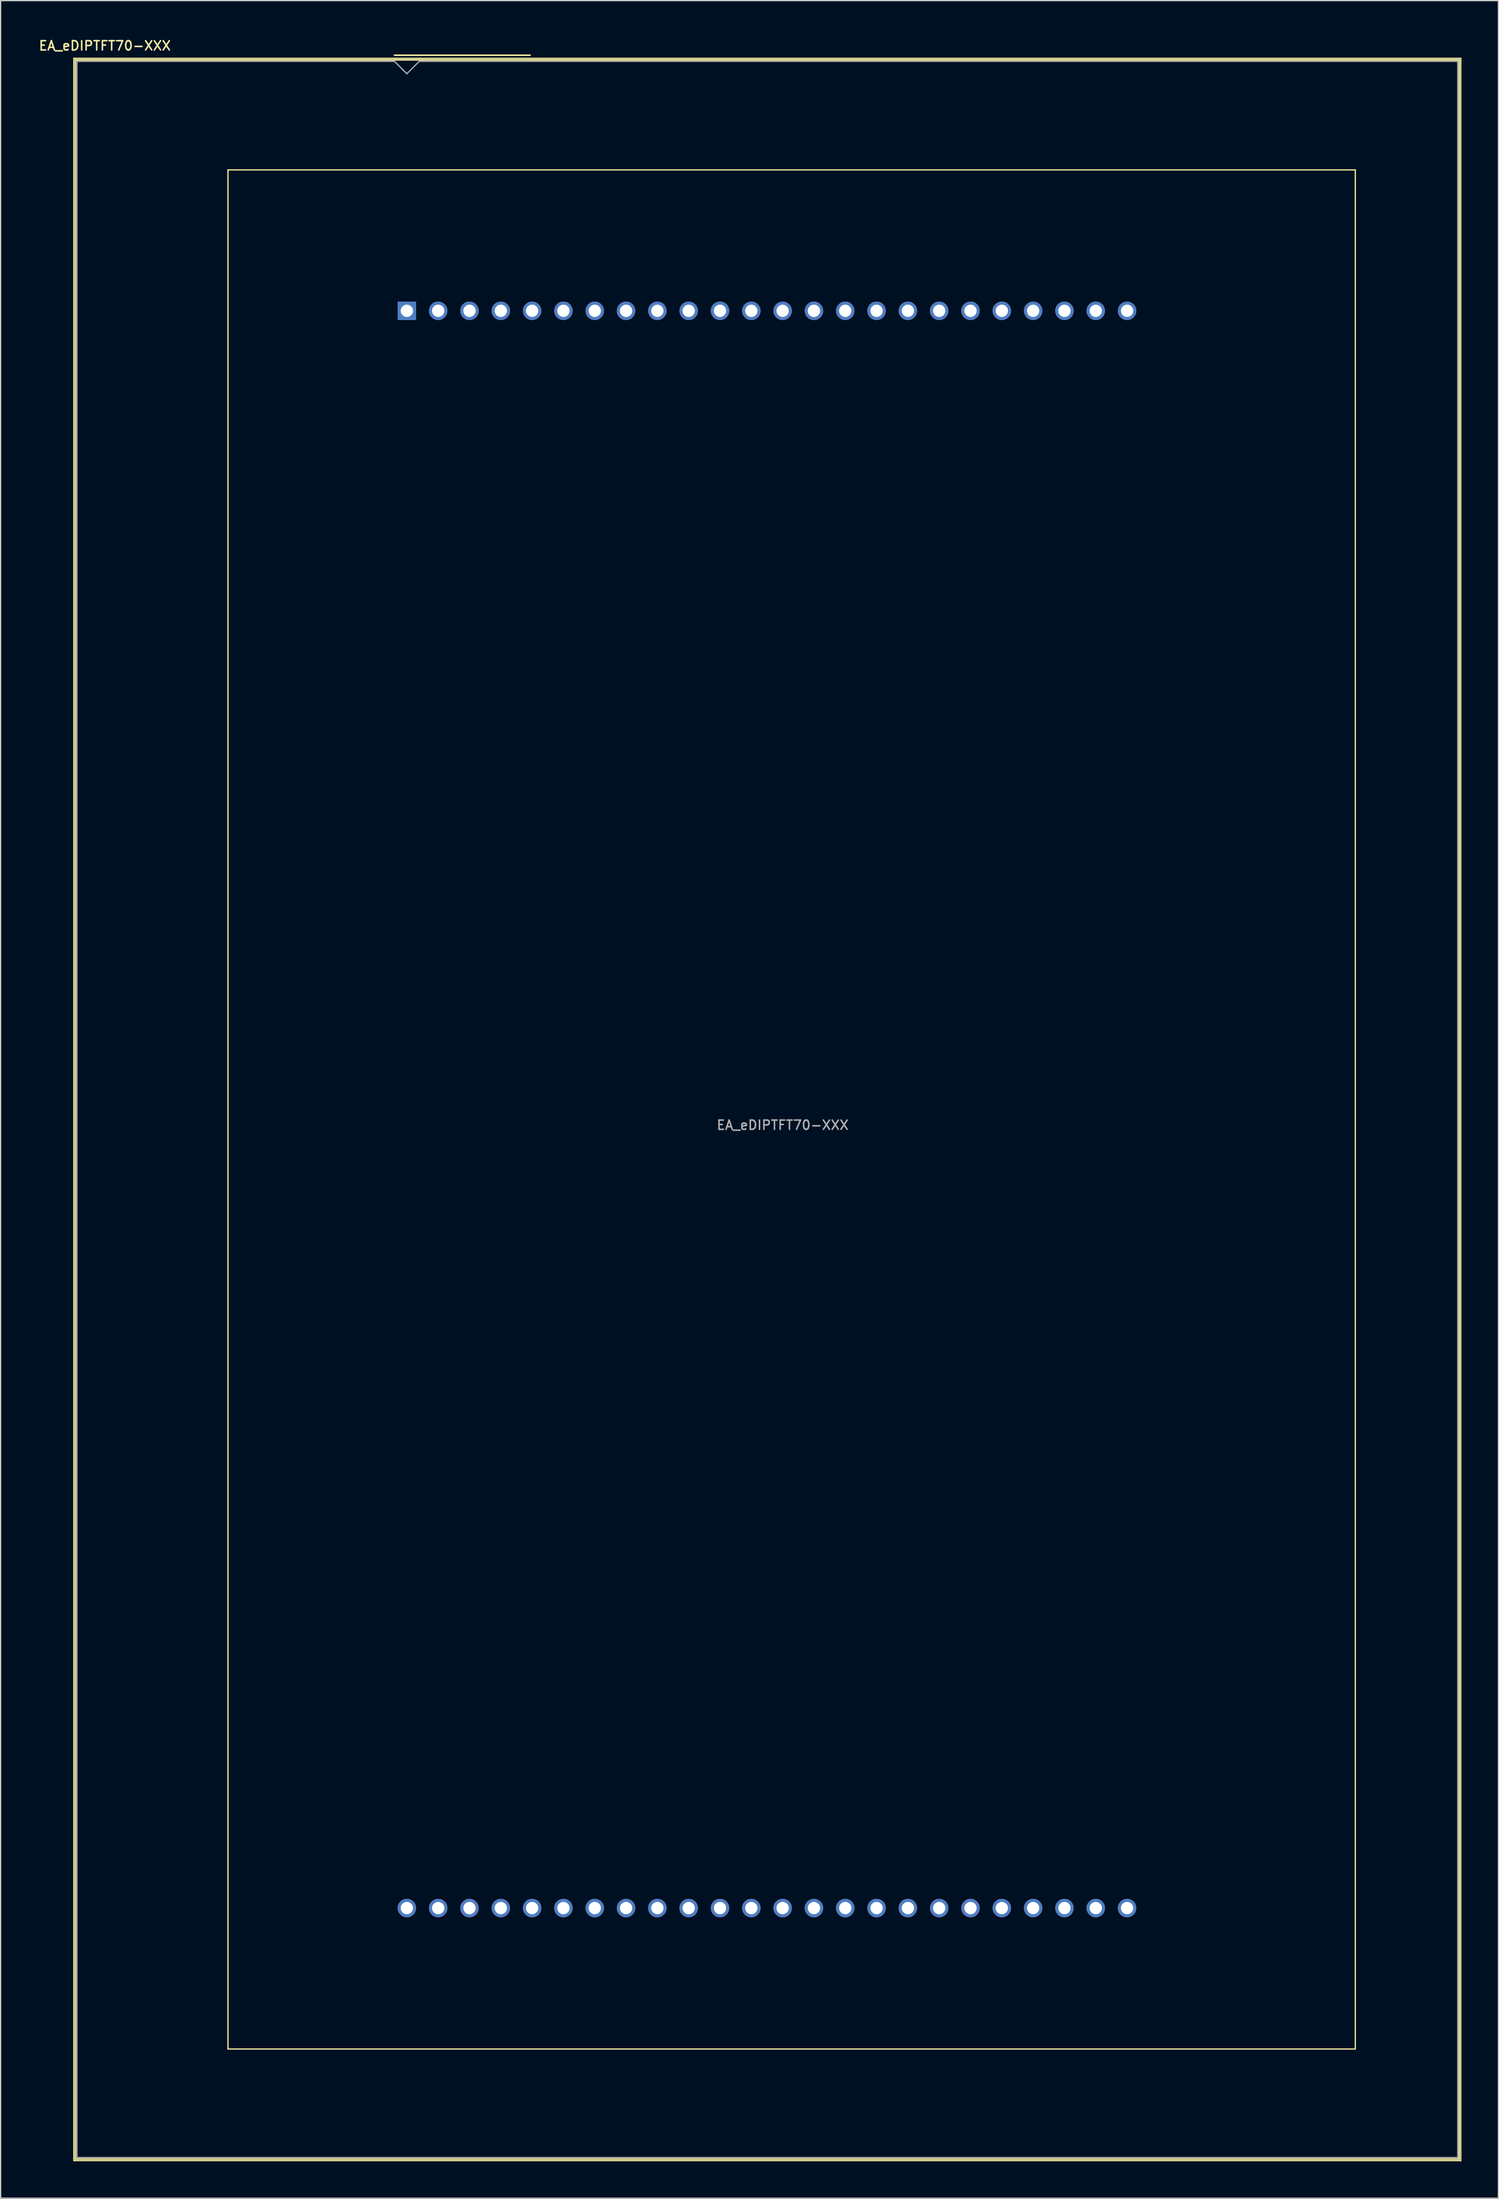
<source format=kicad_pcb>
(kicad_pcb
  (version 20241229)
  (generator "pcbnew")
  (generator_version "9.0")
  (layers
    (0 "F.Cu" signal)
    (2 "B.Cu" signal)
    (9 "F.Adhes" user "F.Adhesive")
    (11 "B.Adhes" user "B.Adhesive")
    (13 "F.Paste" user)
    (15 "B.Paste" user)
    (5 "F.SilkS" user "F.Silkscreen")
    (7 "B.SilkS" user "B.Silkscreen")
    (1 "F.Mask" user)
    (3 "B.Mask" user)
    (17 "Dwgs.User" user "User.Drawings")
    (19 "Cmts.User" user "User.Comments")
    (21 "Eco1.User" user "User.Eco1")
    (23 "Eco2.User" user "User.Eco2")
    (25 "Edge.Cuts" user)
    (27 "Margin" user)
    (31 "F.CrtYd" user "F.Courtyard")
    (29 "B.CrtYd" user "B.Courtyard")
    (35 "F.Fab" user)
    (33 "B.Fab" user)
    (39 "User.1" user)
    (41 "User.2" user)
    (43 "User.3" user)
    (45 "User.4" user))
  (footprint "EA_eDIPTFT70-XXX"
    (layer "F.Cu")
    (at 29.952 22.158)
    (property "Reference" "EA_eDIPTFT70-XXX" (at -24.5 -21.5 0) (layer "F.SilkS") (effects (font (size 0.75 0.75) (thickness 0.125))))
    (attr through_hole)
    (fp_line (start -27.01 -20.48) (end 85.49 -20.48) (stroke (width 0.1) (type solid)) (layer "F.SilkS"))
    (fp_line (start -27.01 150.02) (end -27.01 -20.48) (stroke (width 0.1) (type solid)) (layer "F.SilkS"))
    (fp_line (start -26.88 -20.35) (end 85.36 -20.35) (stroke (width 0.12) (type solid)) (layer "F.SilkS"))
    (fp_line (start -26.88 149.89) (end -26.88 -20.35) (stroke (width 0.12) (type solid)) (layer "F.SilkS"))
    (fp_line (start -14.51 -11.43) (end -14.51 140.97) (stroke (width 0.1) (type solid)) (layer "F.SilkS"))
    (fp_line (start -14.51 140.97) (end 76.93 140.97) (stroke (width 0.1) (type solid)) (layer "F.SilkS"))
    (fp_line (start -1 -20.73) (end 10 -20.73) (stroke (width 0.12) (type solid)) (layer "F.SilkS"))
    (fp_line (start 76.93 -11.43) (end -14.51 -11.43) (stroke (width 0.1) (type solid)) (layer "F.SilkS"))
    (fp_line (start 76.93 140.97) (end 76.93 -11.43) (stroke (width 0.1) (type solid)) (layer "F.SilkS"))
    (fp_line (start 85.36 -20.35) (end 85.36 149.89) (stroke (width 0.12) (type solid)) (layer "F.SilkS"))
    (fp_line (start 85.36 149.89) (end -26.88 149.89) (stroke (width 0.12) (type solid)) (layer "F.SilkS"))
    (fp_line (start 85.49 -20.48) (end 85.49 150.02) (stroke (width 0.1) (type solid)) (layer "F.SilkS"))
    (fp_line (start 85.49 150.02) (end -27.01 150.02) (stroke (width 0.1) (type solid)) (layer "F.SilkS"))
    (fp_line (start -26.76 -20.23) (end -1 -20.23) (stroke (width 0.1) (type solid)) (layer "F.Fab"))
    (fp_line (start -26.76 149.77) (end -26.76 -20.23) (stroke (width 0.1) (type solid)) (layer "F.Fab"))
    (fp_line (start -1 -20.23) (end 0 -19.23) (stroke (width 0.1) (type solid)) (layer "F.Fab"))
    (fp_line (start 0 -19.23) (end 1 -20.23) (stroke (width 0.1) (type solid)) (layer "F.Fab"))
    (fp_line (start 1 -20.23) (end 85.24 -20.23) (stroke (width 0.1) (type solid)) (layer "F.Fab"))
    (fp_line (start 85.24 -20.23) (end 85.24 149.77) (stroke (width 0.1) (type solid)) (layer "F.Fab"))
    (fp_line (start 85.24 149.77) (end -26.76 149.77) (stroke (width 0.1) (type solid)) (layer "F.Fab"))
    (fp_text user "${REFERENCE}" (at 30.48 66.04 0) (layer "F.Fab") (effects (font (size 0.75 0.75) (thickness 0.125))))
    (pad "1" thru_hole rect (at 0 0) (size 1.5 1.5) (drill 1) (layers "*.Cu" "*.Mask"))
    (pad "2" thru_hole circle (at 2.54 0) (size 1.5 1.5) (drill 1) (layers "*.Cu" "*.Mask"))
    (pad "3" thru_hole circle (at 5.08 0) (size 1.5 1.5) (drill 1) (layers "*.Cu" "*.Mask"))
    (pad "4" thru_hole circle (at 7.62 0) (size 1.5 1.5) (drill 1) (layers "*.Cu" "*.Mask"))
    (pad "5" thru_hole circle (at 10.16 0) (size 1.5 1.5) (drill 1) (layers "*.Cu" "*.Mask"))
    (pad "6" thru_hole circle (at 12.7 0) (size 1.5 1.5) (drill 1) (layers "*.Cu" "*.Mask"))
    (pad "7" thru_hole circle (at 15.24 0) (size 1.5 1.5) (drill 1) (layers "*.Cu" "*.Mask"))
    (pad "8" thru_hole circle (at 17.78 0) (size 1.5 1.5) (drill 1) (layers "*.Cu" "*.Mask"))
    (pad "9" thru_hole circle (at 20.32 0) (size 1.5 1.5) (drill 1) (layers "*.Cu" "*.Mask"))
    (pad "10" thru_hole circle (at 22.86 0) (size 1.5 1.5) (drill 1) (layers "*.Cu" "*.Mask"))
    (pad "11" thru_hole circle (at 25.4 0) (size 1.5 1.5) (drill 1) (layers "*.Cu" "*.Mask"))
    (pad "12" thru_hole circle (at 27.94 0) (size 1.5 1.5) (drill 1) (layers "*.Cu" "*.Mask"))
    (pad "13" thru_hole circle (at 30.48 0) (size 1.5 1.5) (drill 1) (layers "*.Cu" "*.Mask"))
    (pad "14" thru_hole circle (at 33.02 0) (size 1.5 1.5) (drill 1) (layers "*.Cu" "*.Mask"))
    (pad "15" thru_hole circle (at 35.56 0) (size 1.5 1.5) (drill 1) (layers "*.Cu" "*.Mask"))
    (pad "16" thru_hole circle (at 38.1 0) (size 1.5 1.5) (drill 1) (layers "*.Cu" "*.Mask"))
    (pad "17" thru_hole circle (at 40.64 0) (size 1.5 1.5) (drill 1) (layers "*.Cu" "*.Mask"))
    (pad "18" thru_hole circle (at 43.18 0) (size 1.5 1.5) (drill 1) (layers "*.Cu" "*.Mask"))
    (pad "19" thru_hole circle (at 45.72 0) (size 1.5 1.5) (drill 1) (layers "*.Cu" "*.Mask"))
    (pad "20" thru_hole circle (at 48.26 0) (size 1.5 1.5) (drill 1) (layers "*.Cu" "*.Mask"))
    (pad "21" thru_hole circle (at 50.8 0) (size 1.5 1.5) (drill 1) (layers "*.Cu" "*.Mask"))
    (pad "22" thru_hole circle (at 53.34 0) (size 1.5 1.5) (drill 1) (layers "*.Cu" "*.Mask"))
    (pad "23" thru_hole circle (at 55.88 0) (size 1.5 1.5) (drill 1) (layers "*.Cu" "*.Mask"))
    (pad "24" thru_hole circle (at 58.42 0) (size 1.5 1.5) (drill 1) (layers "*.Cu" "*.Mask"))
    (pad "25" thru_hole circle (at 58.42 129.54) (size 1.5 1.5) (drill 1) (layers "*.Cu" "*.Mask"))
    (pad "26" thru_hole circle (at 55.88 129.54) (size 1.5 1.5) (drill 1) (layers "*.Cu" "*.Mask"))
    (pad "27" thru_hole circle (at 53.34 129.54) (size 1.5 1.5) (drill 1) (layers "*.Cu" "*.Mask"))
    (pad "28" thru_hole circle (at 50.8 129.54) (size 1.5 1.5) (drill 1) (layers "*.Cu" "*.Mask"))
    (pad "29" thru_hole circle (at 48.26 129.54) (size 1.5 1.5) (drill 1) (layers "*.Cu" "*.Mask"))
    (pad "30" thru_hole circle (at 45.72 129.54) (size 1.5 1.5) (drill 1) (layers "*.Cu" "*.Mask"))
    (pad "31" thru_hole circle (at 43.18 129.54) (size 1.5 1.5) (drill 1) (layers "*.Cu" "*.Mask"))
    (pad "32" thru_hole circle (at 40.64 129.54) (size 1.5 1.5) (drill 1) (layers "*.Cu" "*.Mask"))
    (pad "33" thru_hole circle (at 38.1 129.54) (size 1.5 1.5) (drill 1) (layers "*.Cu" "*.Mask"))
    (pad "34" thru_hole circle (at 35.56 129.54) (size 1.5 1.5) (drill 1) (layers "*.Cu" "*.Mask"))
    (pad "35" thru_hole circle (at 33.02 129.54) (size 1.5 1.5) (drill 1) (layers "*.Cu" "*.Mask"))
    (pad "36" thru_hole circle (at 30.48 129.54) (size 1.5 1.5) (drill 1) (layers "*.Cu" "*.Mask"))
    (pad "37" thru_hole circle (at 27.94 129.54) (size 1.5 1.5) (drill 1) (layers "*.Cu" "*.Mask"))
    (pad "38" thru_hole circle (at 25.4 129.54) (size 1.5 1.5) (drill 1) (layers "*.Cu" "*.Mask"))
    (pad "39" thru_hole circle (at 22.86 129.54) (size 1.5 1.5) (drill 1) (layers "*.Cu" "*.Mask"))
    (pad "40" thru_hole circle (at 20.32 129.54) (size 1.5 1.5) (drill 1) (layers "*.Cu" "*.Mask"))
    (pad "41" thru_hole circle (at 17.78 129.54) (size 1.5 1.5) (drill 1) (layers "*.Cu" "*.Mask"))
    (pad "42" thru_hole circle (at 15.24 129.54) (size 1.5 1.5) (drill 1) (layers "*.Cu" "*.Mask"))
    (pad "43" thru_hole circle (at 12.7 129.54) (size 1.5 1.5) (drill 1) (layers "*.Cu" "*.Mask"))
    (pad "44" thru_hole circle (at 10.16 129.54) (size 1.5 1.5) (drill 1) (layers "*.Cu" "*.Mask"))
    (pad "45" thru_hole circle (at 7.62 129.54) (size 1.5 1.5) (drill 1) (layers "*.Cu" "*.Mask"))
    (pad "46" thru_hole circle (at 5.08 129.54) (size 1.5 1.5) (drill 1) (layers "*.Cu" "*.Mask"))
    (pad "47" thru_hole circle (at 2.54 129.54) (size 1.5 1.5) (drill 1) (layers "*.Cu" "*.Mask"))
    (pad "48" thru_hole circle (at 0 129.54) (size 1.5 1.5) (drill 1) (layers "*.Cu" "*.Mask")))
  (gr_rect
    (start -3 -3)
    (end 118.492 175.228)
    (stroke (width 0.1) (type default))
    (fill no)
    (layer "Edge.Cuts")))
</source>
